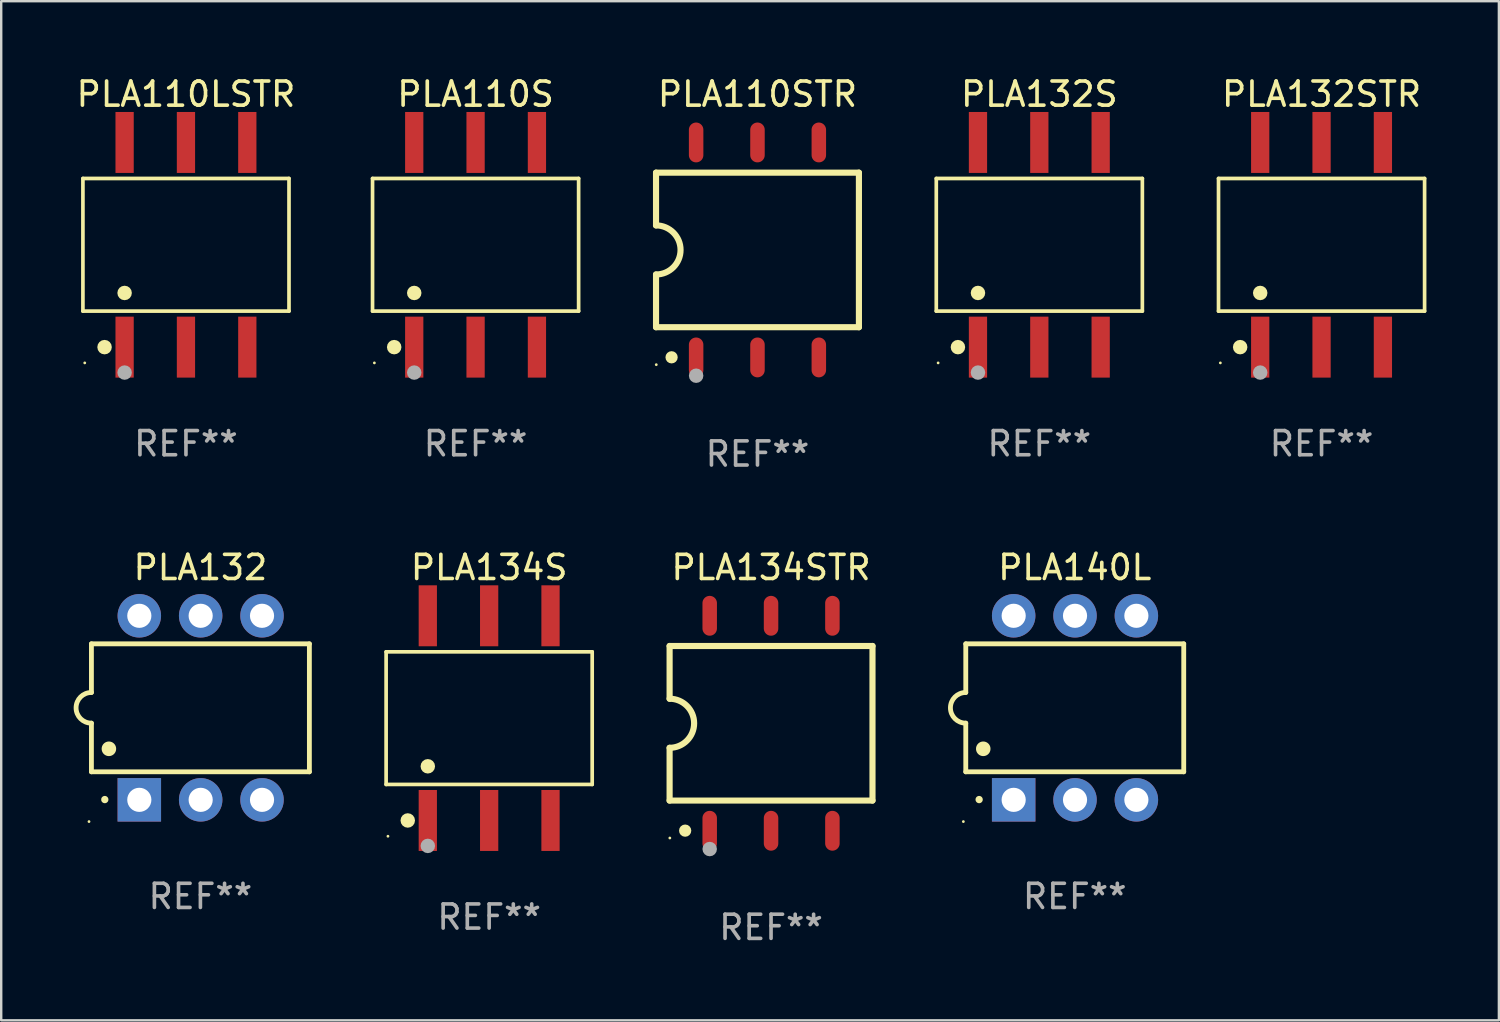
<source format=kicad_pcb>
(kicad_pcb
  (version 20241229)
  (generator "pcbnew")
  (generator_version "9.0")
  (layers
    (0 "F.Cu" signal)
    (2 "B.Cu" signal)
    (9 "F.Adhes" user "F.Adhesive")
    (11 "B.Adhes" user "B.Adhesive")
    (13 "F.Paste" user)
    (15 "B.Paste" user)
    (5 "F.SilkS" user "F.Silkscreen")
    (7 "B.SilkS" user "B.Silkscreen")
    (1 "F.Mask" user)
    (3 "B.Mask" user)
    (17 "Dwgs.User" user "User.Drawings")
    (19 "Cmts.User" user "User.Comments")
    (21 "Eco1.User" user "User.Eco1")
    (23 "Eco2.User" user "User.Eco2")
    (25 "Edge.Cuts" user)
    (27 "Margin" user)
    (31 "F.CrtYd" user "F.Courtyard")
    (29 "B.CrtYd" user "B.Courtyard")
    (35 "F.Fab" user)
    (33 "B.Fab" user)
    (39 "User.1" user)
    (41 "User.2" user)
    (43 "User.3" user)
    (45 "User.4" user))
  (footprint "PLA132S"
    (layer "F.Cu")
    (at 39.98 7.085)
    (property "Reference" "PLA132S" (at 0 -6.237 0) (layer "F.SilkS") (effects (font (size 1 1) (thickness 0.15))))
    (attr through_hole)
    (fp_line (start -4.266 -2.746) (end 4.266 -2.746) (stroke (width 0.152) (type solid)) (layer "F.SilkS"))
    (fp_line (start -4.266 2.746) (end -4.266 -2.746) (stroke (width 0.152) (type solid)) (layer "F.SilkS"))
    (fp_line (start 4.266 -2.746) (end 4.266 2.746) (stroke (width 0.152) (type solid)) (layer "F.SilkS"))
    (fp_line (start 4.266 2.746) (end -4.266 2.746) (stroke (width 0.152) (type solid)) (layer "F.SilkS"))
    (fp_circle (center -4.19 4.89) (end -4.16 4.89) (stroke (width 0.06) (type solid)) (fill no) (layer "F.SilkS"))
    (fp_circle (center -3.37 4.237) (end -3.22 4.237) (stroke (width 0.3) (type solid)) (fill no) (layer "F.SilkS"))
    (fp_circle (center -2.54 1.994) (end -2.39 1.994) (stroke (width 0.3) (type solid)) (fill no) (layer "F.SilkS"))
    (fp_circle (center -2.54 5.29) (end -2.39 5.29) (stroke (width 0.3) (type solid)) (fill no) (layer "F.Fab"))
    (fp_text user "REF**" (at 0 8.237 0) (layer "F.Fab") (effects (font (size 1 1) (thickness 0.15))))
    (pad "1" smd rect (at -2.54 4.237) (size 0.756 2.524) (layers "F.Cu" "F.Mask" "F.Paste"))
    (pad "2" smd rect (at 0 4.237) (size 0.756 2.524) (layers "F.Cu" "F.Mask" "F.Paste"))
    (pad "3" smd rect (at 2.54 4.237) (size 0.756 2.524) (layers "F.Cu" "F.Mask" "F.Paste"))
    (pad "4" smd rect (at 2.54 -4.237) (size 0.756 2.524) (layers "F.Cu" "F.Mask" "F.Paste"))
    (pad "5" smd rect (at 0 -4.237) (size 0.756 2.524) (layers "F.Cu" "F.Mask" "F.Paste"))
    (pad "6" smd rect (at -2.54 -4.237) (size 0.756 2.524) (layers "F.Cu" "F.Mask" "F.Paste")))
  (footprint "PLA140L"
    (layer "F.Cu")
    (at 41.447 26.255)
    (property "Reference" "PLA140L" (at 0 -5.81 0) (layer "F.SilkS") (effects (font (size 1 1) (thickness 0.15))))
    (attr through_hole)
    (fp_line (start -4.512 -2.649) (end 4.512 -2.649) (stroke (width 0.2) (type solid)) (layer "F.SilkS"))
    (fp_line (start -4.512 -0.635) (end -4.512 -2.649) (stroke (width 0.2) (type solid)) (layer "F.SilkS"))
    (fp_line (start -4.512 2.649) (end -4.512 0.635) (stroke (width 0.2) (type solid)) (layer "F.SilkS"))
    (fp_line (start 4.512 -2.649) (end 4.512 2.649) (stroke (width 0.2) (type solid)) (layer "F.SilkS"))
    (fp_line (start 4.512 2.649) (end -4.512 2.649) (stroke (width 0.2) (type solid)) (layer "F.SilkS"))
    (fp_arc (start -4.512319 0.635001) (mid -5.14732 0) (end -4.512319 -0.635001) (stroke (width 0.2) (type solid)) (layer "F.SilkS"))
    (fp_arc (start -3.958598 3.799848) (mid -3.958603 3.798578) (end -3.958598 3.797308) (stroke (width 0.3) (type solid)) (layer "F.SilkS"))
    (fp_arc (start -3.788418 1.699263) (mid -3.788429 1.696723) (end -3.788418 1.694183) (stroke (width 0.6) (type solid)) (layer "F.SilkS"))
    (fp_circle (center -4.612 4.71) (end -4.582 4.71) (stroke (width 0.06) (type solid)) (fill no) (layer "F.SilkS"))
    (fp_text user "REF**" (at 0 7.81 0) (layer "F.Fab") (effects (font (size 1 1) (thickness 0.15))))
    (pad "1" thru_hole rect (at -2.529 3.81 90) (size 1.8 1.8) (drill 1) (layers "*.Cu" "*.Mask"))
    (pad "2" thru_hole circle (at 0.011 3.81) (size 1.8 1.8) (drill 1) (layers "*.Cu" "*.Mask"))
    (pad "3" thru_hole circle (at 2.551 3.81) (size 1.8 1.8) (drill 1) (layers "*.Cu" "*.Mask"))
    (pad "4" thru_hole circle (at 2.551 -3.81) (size 1.8 1.8) (drill 1) (layers "*.Cu" "*.Mask"))
    (pad "5" thru_hole circle (at 0.011 -3.81) (size 1.8 1.8) (drill 1) (layers "*.Cu" "*.Mask"))
    (pad "6" thru_hole circle (at -2.529 -3.81) (size 1.8 1.8) (drill 1) (layers "*.Cu" "*.Mask")))
  (footprint "PLA132"
    (layer "F.Cu")
    (at 5.247 26.255)
    (property "Reference" "PLA132" (at 0 -5.81 0) (layer "F.SilkS") (effects (font (size 1 1) (thickness 0.15))))
    (attr through_hole)
    (fp_line (start -4.512 -2.649) (end 4.512 -2.649) (stroke (width 0.2) (type solid)) (layer "F.SilkS"))
    (fp_line (start -4.512 -0.635) (end -4.512 -2.649) (stroke (width 0.2) (type solid)) (layer "F.SilkS"))
    (fp_line (start -4.512 2.649) (end -4.512 0.635) (stroke (width 0.2) (type solid)) (layer "F.SilkS"))
    (fp_line (start 4.512 -2.649) (end 4.512 2.649) (stroke (width 0.2) (type solid)) (layer "F.SilkS"))
    (fp_line (start 4.512 2.649) (end -4.512 2.649) (stroke (width 0.2) (type solid)) (layer "F.SilkS"))
    (fp_arc (start -4.512319 0.635001) (mid -5.14732 0) (end -4.512319 -0.635001) (stroke (width 0.2) (type solid)) (layer "F.SilkS"))
    (fp_arc (start -3.958598 3.799848) (mid -3.958603 3.798578) (end -3.958598 3.797308) (stroke (width 0.3) (type solid)) (layer "F.SilkS"))
    (fp_arc (start -3.788418 1.699263) (mid -3.788429 1.696723) (end -3.788418 1.694183) (stroke (width 0.6) (type solid)) (layer "F.SilkS"))
    (fp_circle (center -4.612 4.71) (end -4.582 4.71) (stroke (width 0.06) (type solid)) (fill no) (layer "F.SilkS"))
    (fp_text user "REF**" (at 0 7.81 0) (layer "F.Fab") (effects (font (size 1 1) (thickness 0.15))))
    (pad "1" thru_hole rect (at -2.529 3.81 90) (size 1.8 1.8) (drill 1) (layers "*.Cu" "*.Mask"))
    (pad "2" thru_hole circle (at 0.011 3.81) (size 1.8 1.8) (drill 1) (layers "*.Cu" "*.Mask"))
    (pad "3" thru_hole circle (at 2.551 3.81) (size 1.8 1.8) (drill 1) (layers "*.Cu" "*.Mask"))
    (pad "4" thru_hole circle (at 2.551 -3.81) (size 1.8 1.8) (drill 1) (layers "*.Cu" "*.Mask"))
    (pad "5" thru_hole circle (at 0.011 -3.81) (size 1.8 1.8) (drill 1) (layers "*.Cu" "*.Mask"))
    (pad "6" thru_hole circle (at -2.529 -3.81) (size 1.8 1.8) (drill 1) (layers "*.Cu" "*.Mask")))
  (footprint "PLA110S"
    (layer "F.Cu")
    (at 16.64 7.085)
    (property "Reference" "PLA110S" (at 0 -6.237 0) (layer "F.SilkS") (effects (font (size 1 1) (thickness 0.15))))
    (attr through_hole)
    (fp_line (start -4.266 -2.746) (end 4.266 -2.746) (stroke (width 0.152) (type solid)) (layer "F.SilkS"))
    (fp_line (start -4.266 2.746) (end -4.266 -2.746) (stroke (width 0.152) (type solid)) (layer "F.SilkS"))
    (fp_line (start 4.266 -2.746) (end 4.266 2.746) (stroke (width 0.152) (type solid)) (layer "F.SilkS"))
    (fp_line (start 4.266 2.746) (end -4.266 2.746) (stroke (width 0.152) (type solid)) (layer "F.SilkS"))
    (fp_circle (center -4.19 4.89) (end -4.16 4.89) (stroke (width 0.06) (type solid)) (fill no) (layer "F.SilkS"))
    (fp_circle (center -3.37 4.237) (end -3.22 4.237) (stroke (width 0.3) (type solid)) (fill no) (layer "F.SilkS"))
    (fp_circle (center -2.54 1.994) (end -2.39 1.994) (stroke (width 0.3) (type solid)) (fill no) (layer "F.SilkS"))
    (fp_circle (center -2.54 5.29) (end -2.39 5.29) (stroke (width 0.3) (type solid)) (fill no) (layer "F.Fab"))
    (fp_text user "REF**" (at 0 8.237 0) (layer "F.Fab") (effects (font (size 1 1) (thickness 0.15))))
    (pad "1" smd rect (at -2.54 4.237) (size 0.756 2.524) (layers "F.Cu" "F.Mask" "F.Paste"))
    (pad "2" smd rect (at 0 4.237) (size 0.756 2.524) (layers "F.Cu" "F.Mask" "F.Paste"))
    (pad "3" smd rect (at 2.54 4.237) (size 0.756 2.524) (layers "F.Cu" "F.Mask" "F.Paste"))
    (pad "4" smd rect (at 2.54 -4.237) (size 0.756 2.524) (layers "F.Cu" "F.Mask" "F.Paste"))
    (pad "5" smd rect (at 0 -4.237) (size 0.756 2.524) (layers "F.Cu" "F.Mask" "F.Paste"))
    (pad "6" smd rect (at -2.54 -4.237) (size 0.756 2.524) (layers "F.Cu" "F.Mask" "F.Paste")))
  (footprint "PLA134STR"
    (layer "F.Cu")
    (at 28.873 26.895)
    (property "Reference" "PLA134STR" (at 0 -6.45 0) (layer "F.SilkS") (effects (font (size 1 1) (thickness 0.15))))
    (attr through_hole)
    (fp_line (start -4.2 -3.2) (end -4.2 -1.016) (stroke (width 0.254) (type solid)) (layer "F.SilkS"))
    (fp_line (start -4.2 -3.2) (end 4.2 -3.2) (stroke (width 0.254) (type solid)) (layer "F.SilkS"))
    (fp_line (start -4.2 3.2) (end -4.2 1.016) (stroke (width 0.254) (type solid)) (layer "F.SilkS"))
    (fp_line (start 4.2 -3.2) (end 4.2 3.2) (stroke (width 0.254) (type solid)) (layer "F.SilkS"))
    (fp_line (start 4.2 3.2) (end -4.2 3.2) (stroke (width 0.254) (type solid)) (layer "F.SilkS"))
    (fp_arc (start -4.201169 -1.016003) (mid -3.185166 -0.000585) (end -4.2 1.016002) (stroke (width 0.254001) (type solid)) (layer "F.SilkS"))
    (fp_circle (center -4.19 4.75) (end -4.16 4.75) (stroke (width 0.06) (type solid)) (fill no) (layer "F.SilkS"))
    (fp_circle (center -3.556 4.445) (end -3.429 4.445) (stroke (width 0.254) (type solid)) (fill no) (layer "F.SilkS"))
    (fp_circle (center -2.54 5.207) (end -2.39 5.207) (stroke (width 0.3) (type solid)) (fill no) (layer "F.Fab"))
    (fp_text user "REF**" (at 0 8.45 0) (layer "F.Fab") (effects (font (size 1 1) (thickness 0.15))))
    (pad "1" smd oval (at -2.54 4.45 90) (size 1.65 0.6) (layers "F.Cu" "F.Mask" "F.Paste"))
    (pad "2" smd oval (at 0 4.45 90) (size 1.65 0.6) (layers "F.Cu" "F.Mask" "F.Paste"))
    (pad "3" smd oval (at 2.54 4.45 90) (size 1.65 0.6) (layers "F.Cu" "F.Mask" "F.Paste"))
    (pad "4" smd oval (at 2.54 -4.45 90) (size 1.65 0.6) (layers "F.Cu" "F.Mask" "F.Paste"))
    (pad "5" smd oval (at 0 -4.45 90) (size 1.65 0.6) (layers "F.Cu" "F.Mask" "F.Paste"))
    (pad "6" smd oval (at -2.54 -4.45 90) (size 1.65 0.6) (layers "F.Cu" "F.Mask" "F.Paste")))
  (footprint "PLA110STR"
    (layer "F.Cu")
    (at 28.311 7.298)
    (property "Reference" "PLA110STR" (at 0 -6.45 0) (layer "F.SilkS") (effects (font (size 1 1) (thickness 0.15))))
    (attr through_hole)
    (fp_line (start -4.2 -3.2) (end -4.2 -1.016) (stroke (width 0.254) (type solid)) (layer "F.SilkS"))
    (fp_line (start -4.2 -3.2) (end 4.2 -3.2) (stroke (width 0.254) (type solid)) (layer "F.SilkS"))
    (fp_line (start -4.2 3.2) (end -4.2 1.016) (stroke (width 0.254) (type solid)) (layer "F.SilkS"))
    (fp_line (start 4.2 -3.2) (end 4.2 3.2) (stroke (width 0.254) (type solid)) (layer "F.SilkS"))
    (fp_line (start 4.2 3.2) (end -4.2 3.2) (stroke (width 0.254) (type solid)) (layer "F.SilkS"))
    (fp_arc (start -4.201169 -1.016003) (mid -3.185166 -0.000585) (end -4.2 1.016002) (stroke (width 0.254001) (type solid)) (layer "F.SilkS"))
    (fp_circle (center -4.19 4.75) (end -4.16 4.75) (stroke (width 0.06) (type solid)) (fill no) (layer "F.SilkS"))
    (fp_circle (center -3.556 4.445) (end -3.429 4.445) (stroke (width 0.254) (type solid)) (fill no) (layer "F.SilkS"))
    (fp_circle (center -2.54 5.207) (end -2.39 5.207) (stroke (width 0.3) (type solid)) (fill no) (layer "F.Fab"))
    (fp_text user "REF**" (at 0 8.45 0) (layer "F.Fab") (effects (font (size 1 1) (thickness 0.15))))
    (pad "1" smd oval (at -2.54 4.45 90) (size 1.65 0.6) (layers "F.Cu" "F.Mask" "F.Paste"))
    (pad "2" smd oval (at 0 4.45 90) (size 1.65 0.6) (layers "F.Cu" "F.Mask" "F.Paste"))
    (pad "3" smd oval (at 2.54 4.45 90) (size 1.65 0.6) (layers "F.Cu" "F.Mask" "F.Paste"))
    (pad "4" smd oval (at 2.54 -4.45 90) (size 1.65 0.6) (layers "F.Cu" "F.Mask" "F.Paste"))
    (pad "5" smd oval (at 0 -4.45 90) (size 1.65 0.6) (layers "F.Cu" "F.Mask" "F.Paste"))
    (pad "6" smd oval (at -2.54 -4.45 90) (size 1.65 0.6) (layers "F.Cu" "F.Mask" "F.Paste")))
  (footprint "PLA132STR"
    (layer "F.Cu")
    (at 51.665 7.085)
    (property "Reference" "PLA132STR" (at 0 -6.237 0) (layer "F.SilkS") (effects (font (size 1 1) (thickness 0.15))))
    (attr through_hole)
    (fp_line (start -4.266 -2.746) (end 4.266 -2.746) (stroke (width 0.152) (type solid)) (layer "F.SilkS"))
    (fp_line (start -4.266 2.746) (end -4.266 -2.746) (stroke (width 0.152) (type solid)) (layer "F.SilkS"))
    (fp_line (start 4.266 -2.746) (end 4.266 2.746) (stroke (width 0.152) (type solid)) (layer "F.SilkS"))
    (fp_line (start 4.266 2.746) (end -4.266 2.746) (stroke (width 0.152) (type solid)) (layer "F.SilkS"))
    (fp_circle (center -4.19 4.89) (end -4.16 4.89) (stroke (width 0.06) (type solid)) (fill no) (layer "F.SilkS"))
    (fp_circle (center -3.37 4.237) (end -3.22 4.237) (stroke (width 0.3) (type solid)) (fill no) (layer "F.SilkS"))
    (fp_circle (center -2.54 1.994) (end -2.39 1.994) (stroke (width 0.3) (type solid)) (fill no) (layer "F.SilkS"))
    (fp_circle (center -2.54 5.29) (end -2.39 5.29) (stroke (width 0.3) (type solid)) (fill no) (layer "F.Fab"))
    (fp_text user "REF**" (at 0 8.237 0) (layer "F.Fab") (effects (font (size 1 1) (thickness 0.15))))
    (pad "1" smd rect (at -2.54 4.237) (size 0.756 2.524) (layers "F.Cu" "F.Mask" "F.Paste"))
    (pad "2" smd rect (at 0 4.237) (size 0.756 2.524) (layers "F.Cu" "F.Mask" "F.Paste"))
    (pad "3" smd rect (at 2.54 4.237) (size 0.756 2.524) (layers "F.Cu" "F.Mask" "F.Paste"))
    (pad "4" smd rect (at 2.54 -4.237) (size 0.756 2.524) (layers "F.Cu" "F.Mask" "F.Paste"))
    (pad "5" smd rect (at 0 -4.237) (size 0.756 2.524) (layers "F.Cu" "F.Mask" "F.Paste"))
    (pad "6" smd rect (at -2.54 -4.237) (size 0.756 2.524) (layers "F.Cu" "F.Mask" "F.Paste")))
  (footprint "PLA110LSTR"
    (layer "F.Cu")
    (at 4.649 7.085)
    (property "Reference" "PLA110LSTR" (at 0 -6.237 0) (layer "F.SilkS") (effects (font (size 1 1) (thickness 0.15))))
    (attr through_hole)
    (fp_line (start -4.266 -2.746) (end 4.266 -2.746) (stroke (width 0.152) (type solid)) (layer "F.SilkS"))
    (fp_line (start -4.266 2.746) (end -4.266 -2.746) (stroke (width 0.152) (type solid)) (layer "F.SilkS"))
    (fp_line (start 4.266 -2.746) (end 4.266 2.746) (stroke (width 0.152) (type solid)) (layer "F.SilkS"))
    (fp_line (start 4.266 2.746) (end -4.266 2.746) (stroke (width 0.152) (type solid)) (layer "F.SilkS"))
    (fp_circle (center -4.19 4.89) (end -4.16 4.89) (stroke (width 0.06) (type solid)) (fill no) (layer "F.SilkS"))
    (fp_circle (center -3.37 4.237) (end -3.22 4.237) (stroke (width 0.3) (type solid)) (fill no) (layer "F.SilkS"))
    (fp_circle (center -2.54 1.994) (end -2.39 1.994) (stroke (width 0.3) (type solid)) (fill no) (layer "F.SilkS"))
    (fp_circle (center -2.54 5.29) (end -2.39 5.29) (stroke (width 0.3) (type solid)) (fill no) (layer "F.Fab"))
    (fp_text user "REF**" (at 0 8.237 0) (layer "F.Fab") (effects (font (size 1 1) (thickness 0.15))))
    (pad "1" smd rect (at -2.54 4.237) (size 0.756 2.524) (layers "F.Cu" "F.Mask" "F.Paste"))
    (pad "2" smd rect (at 0 4.237) (size 0.756 2.524) (layers "F.Cu" "F.Mask" "F.Paste"))
    (pad "3" smd rect (at 2.54 4.237) (size 0.756 2.524) (layers "F.Cu" "F.Mask" "F.Paste"))
    (pad "4" smd rect (at 2.54 -4.237) (size 0.756 2.524) (layers "F.Cu" "F.Mask" "F.Paste"))
    (pad "5" smd rect (at 0 -4.237) (size 0.756 2.524) (layers "F.Cu" "F.Mask" "F.Paste"))
    (pad "6" smd rect (at -2.54 -4.237) (size 0.756 2.524) (layers "F.Cu" "F.Mask" "F.Paste")))
  (footprint "PLA134S"
    (layer "F.Cu")
    (at 17.202 26.682)
    (property "Reference" "PLA134S" (at 0 -6.237 0) (layer "F.SilkS") (effects (font (size 1 1) (thickness 0.15))))
    (attr through_hole)
    (fp_line (start -4.266 -2.746) (end 4.266 -2.746) (stroke (width 0.152) (type solid)) (layer "F.SilkS"))
    (fp_line (start -4.266 2.746) (end -4.266 -2.746) (stroke (width 0.152) (type solid)) (layer "F.SilkS"))
    (fp_line (start 4.266 -2.746) (end 4.266 2.746) (stroke (width 0.152) (type solid)) (layer "F.SilkS"))
    (fp_line (start 4.266 2.746) (end -4.266 2.746) (stroke (width 0.152) (type solid)) (layer "F.SilkS"))
    (fp_circle (center -4.19 4.89) (end -4.16 4.89) (stroke (width 0.06) (type solid)) (fill no) (layer "F.SilkS"))
    (fp_circle (center -3.37 4.237) (end -3.22 4.237) (stroke (width 0.3) (type solid)) (fill no) (layer "F.SilkS"))
    (fp_circle (center -2.54 1.994) (end -2.39 1.994) (stroke (width 0.3) (type solid)) (fill no) (layer "F.SilkS"))
    (fp_circle (center -2.54 5.29) (end -2.39 5.29) (stroke (width 0.3) (type solid)) (fill no) (layer "F.Fab"))
    (fp_text user "REF**" (at 0 8.237 0) (layer "F.Fab") (effects (font (size 1 1) (thickness 0.15))))
    (pad "1" smd rect (at -2.54 4.237) (size 0.756 2.524) (layers "F.Cu" "F.Mask" "F.Paste"))
    (pad "2" smd rect (at 0 4.237) (size 0.756 2.524) (layers "F.Cu" "F.Mask" "F.Paste"))
    (pad "3" smd rect (at 2.54 4.237) (size 0.756 2.524) (layers "F.Cu" "F.Mask" "F.Paste"))
    (pad "4" smd rect (at 2.54 -4.237) (size 0.756 2.524) (layers "F.Cu" "F.Mask" "F.Paste"))
    (pad "5" smd rect (at 0 -4.237) (size 0.756 2.524) (layers "F.Cu" "F.Mask" "F.Paste"))
    (pad "6" smd rect (at -2.54 -4.237) (size 0.756 2.524) (layers "F.Cu" "F.Mask" "F.Paste")))
  (gr_rect
    (start -3 -3)
    (end 59.007 39.193)
    (stroke (width 0.1) (type default))
    (fill no)
    (layer "Edge.Cuts")))
</source>
